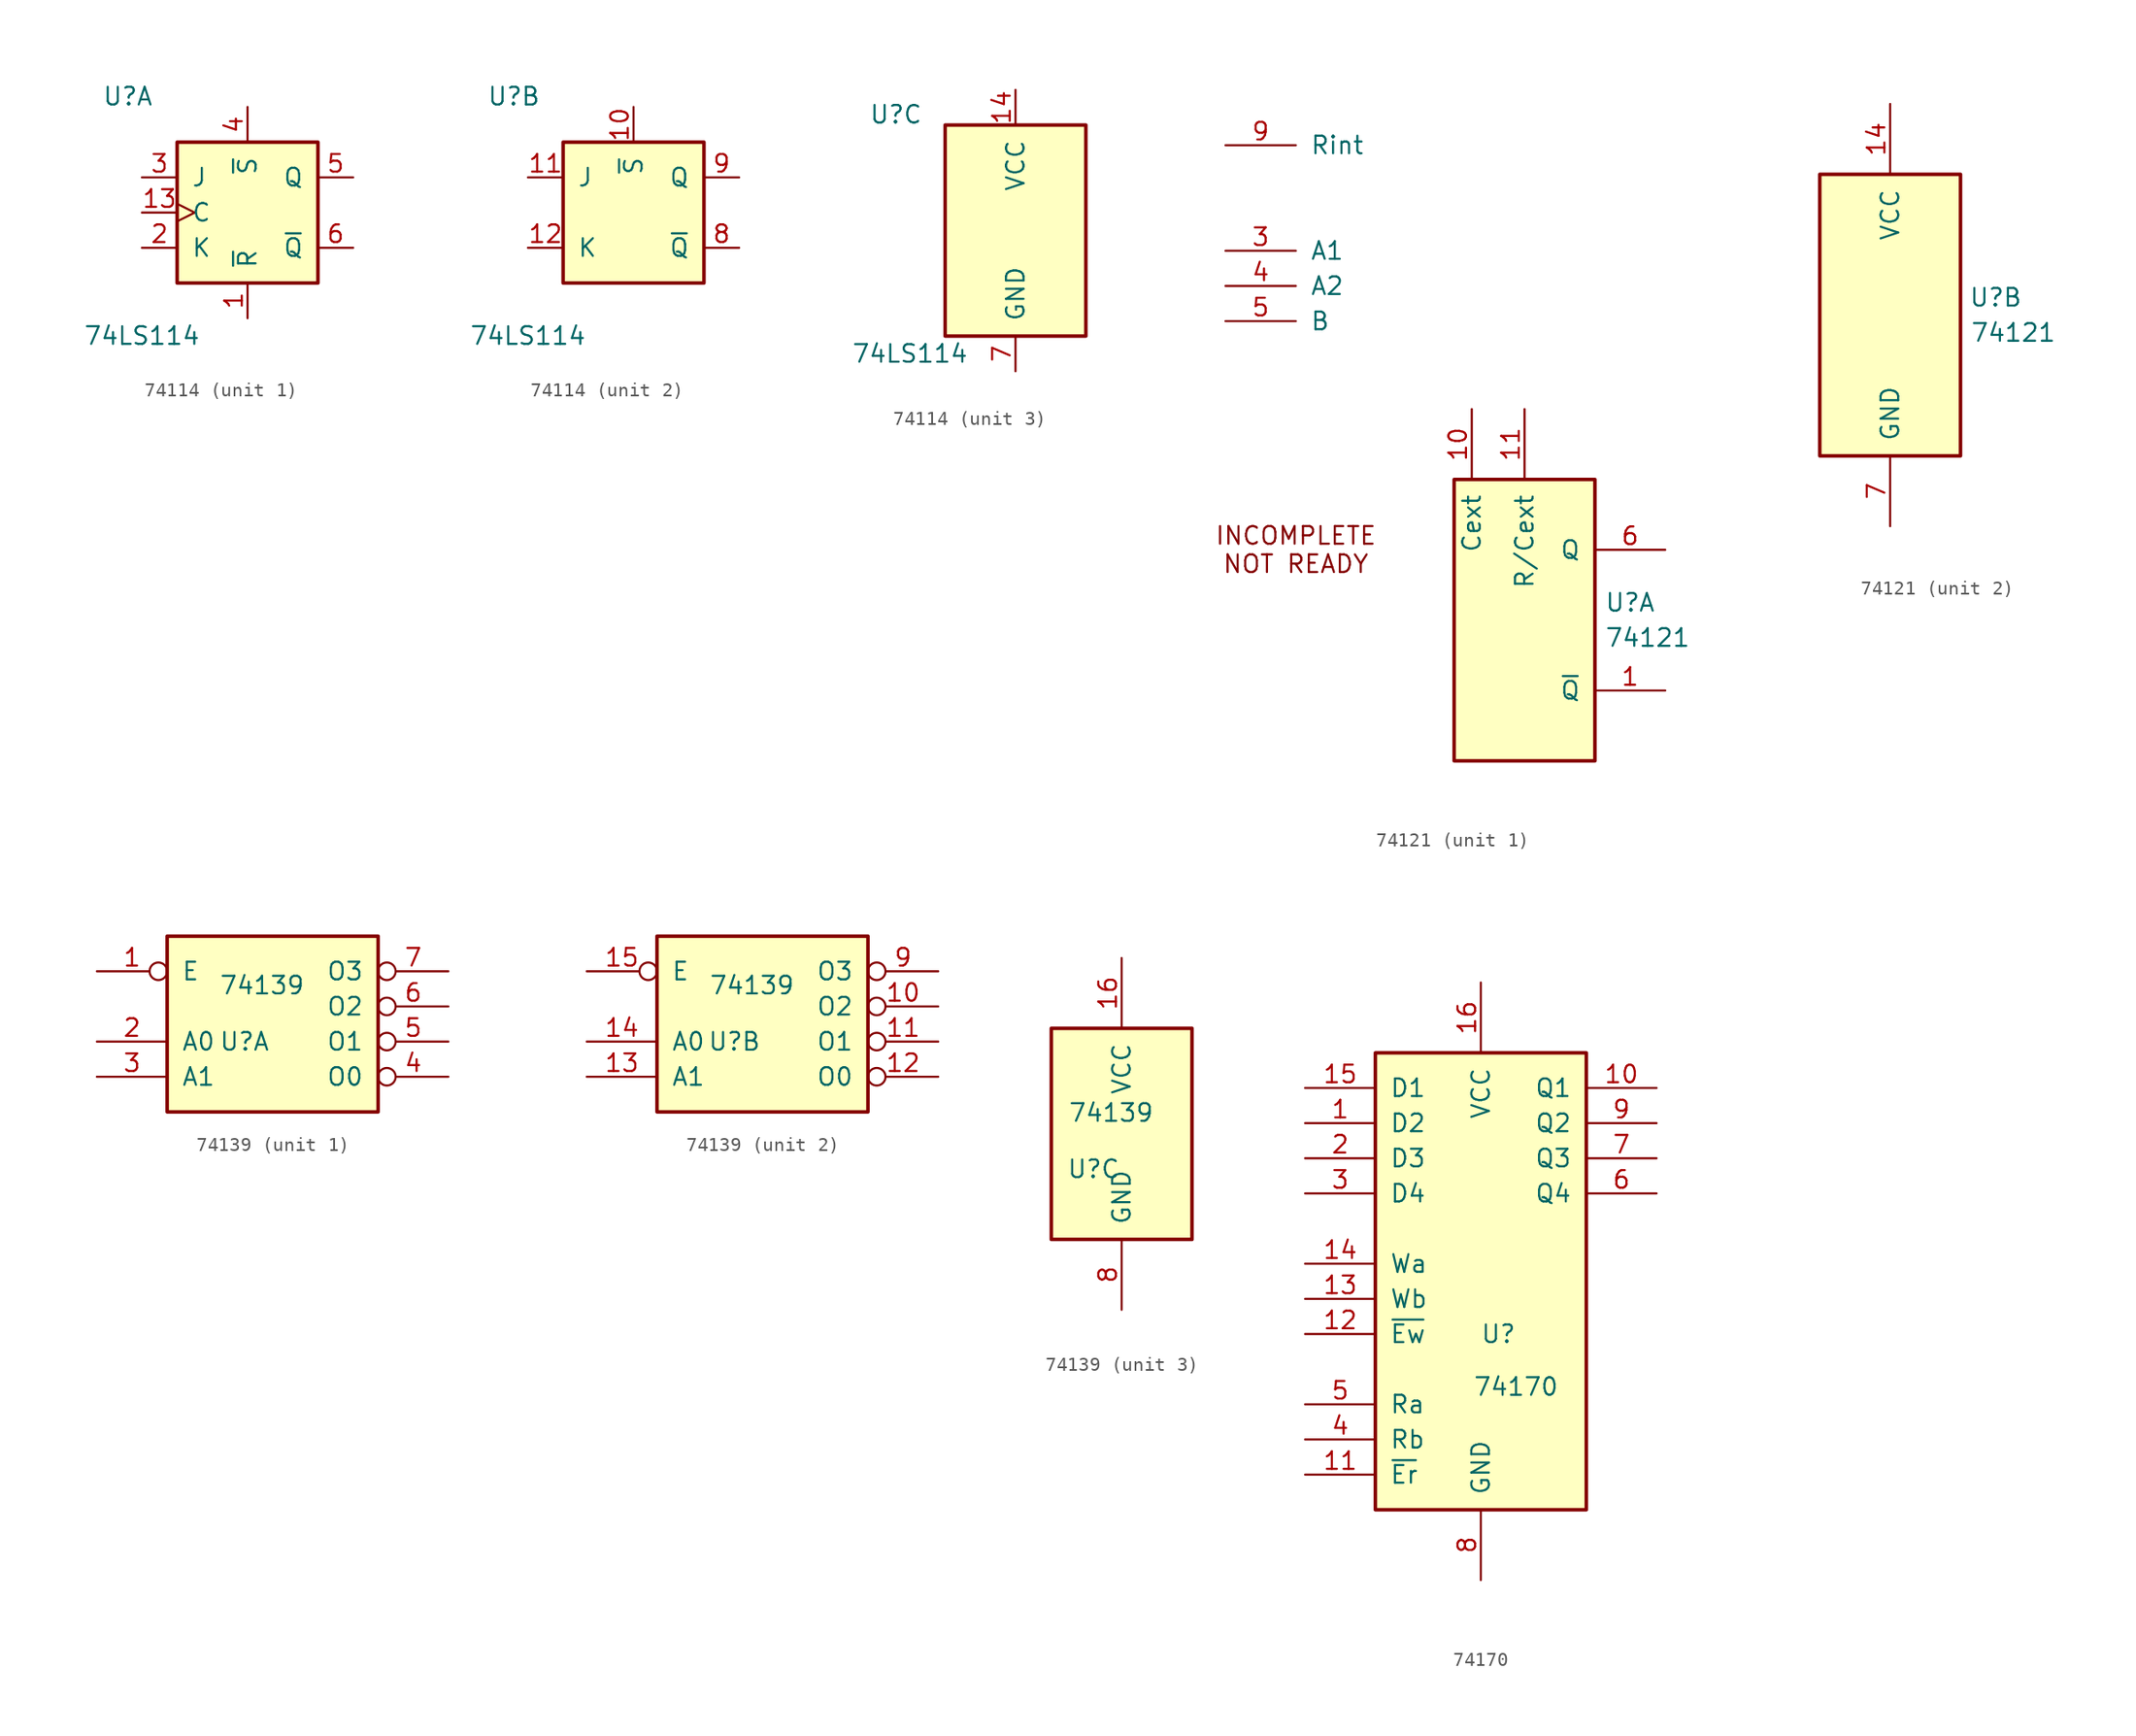
<source format=kicad_sym>
(kicad_symbol_lib
  (version 20220914)
  (generator kicad_symbol_editor)
  (symbol "74114"
    (pin_names
      (offset 1.016))
    (property "Reference" "U"
      (at -8.636 8.382 0)
      (effects (font (size 1.27 1.27))))
    (property "Value" "74LS114"
      (at -7.62 -8.89 0)
      (effects (font (size 1.27 1.27))))
    (property "ki_locked" ""
      (at 0 0 0)
      (effects (font (size 1.27 1.27))))
    (symbol "74114_1_0"
      (pin input line (at 0 -7.62 90) (length 2.54) (name "~{R}" (effects (font (size 1.27 1.27)))) (number "1" (effects (font (size 1.27 1.27)))))
      (pin input clock (at -7.62 0 0) (length 2.54) (name "C" (effects (font (size 1.27 1.27)))) (number "13" (effects (font (size 1.27 1.27)))))
      (pin input line (at -7.62 -2.54 0) (length 2.54) (name "K" (effects (font (size 1.27 1.27)))) (number "2" (effects (font (size 1.27 1.27)))))
      (pin input line (at -7.62 2.54 0) (length 2.54) (name "J" (effects (font (size 1.27 1.27)))) (number "3" (effects (font (size 1.27 1.27)))))
      (pin input line (at 0 7.62 270) (length 2.54) (name "~{S}" (effects (font (size 1.27 1.27)))) (number "4" (effects (font (size 1.27 1.27)))))
      (pin output line (at 7.62 2.54 180) (length 2.54) (name "Q" (effects (font (size 1.27 1.27)))) (number "5" (effects (font (size 1.27 1.27)))))
      (pin output line (at 7.62 -2.54 180) (length 2.54) (name "~{Q}" (effects (font (size 1.27 1.27)))) (number "6" (effects (font (size 1.27 1.27))))))
    (symbol "74114_1_1"
      (rectangle (start -5.08 5.08) (end 5.08 -5.08) (stroke (width 0.254) (type default)) (fill (type background))))
    (symbol "74114_2_0"
      (pin input line (at 0 7.62 270) (length 2.54) (name "~{S}" (effects (font (size 1.27 1.27)))) (number "10" (effects (font (size 1.27 1.27)))))
      (pin input line (at -7.62 2.54 0) (length 2.54) (name "J" (effects (font (size 1.27 1.27)))) (number "11" (effects (font (size 1.27 1.27)))))
      (pin input line (at -7.62 -2.54 0) (length 2.54) (name "K" (effects (font (size 1.27 1.27)))) (number "12" (effects (font (size 1.27 1.27)))))
      (pin output line (at 7.62 -2.54 180) (length 2.54) (name "~{Q}" (effects (font (size 1.27 1.27)))) (number "8" (effects (font (size 1.27 1.27)))))
      (pin output line (at 7.62 2.54 180) (length 2.54) (name "Q" (effects (font (size 1.27 1.27)))) (number "9" (effects (font (size 1.27 1.27))))))
    (symbol "74114_2_1"
      (rectangle (start -5.08 5.08) (end 5.08 -5.08) (stroke (width 0.254) (type default)) (fill (type background))))
    (symbol "74114_3_0"
      (pin power_in line (at 0 10.16 270) (length 2.54) (name "VCC" (effects (font (size 1.27 1.27)))) (number "14" (effects (font (size 1.27 1.27)))))
      (pin power_in line (at 0 -10.16 90) (length 2.54) (name "GND" (effects (font (size 1.27 1.27)))) (number "7" (effects (font (size 1.27 1.27))))))
    (symbol "74114_3_1"
      (rectangle (start -5.08 7.62) (end 5.08 -7.62) (stroke (width 0.254) (type default)) (fill (type background)))))
  (symbol "74121"
    (pin_names
      (offset 1.016))
    (property "Reference" "U"
      (at 7.62 1.27 0)
      (effects (font (size 1.27 1.27))))
    (property "Value" "74121"
      (at 8.89 -1.27 0)
      (effects (font (size 1.27 1.27))))
    (property "ki_locked" ""
      (at 0 0 0)
      (effects (font (size 1.27 1.27))))
    (symbol "74121_1_1"
      (rectangle (start -5.08 10.16) (end 5.08 -10.16) (stroke (width 0.254) (type default)) (fill (type background)))
      (text "INCOMPLETE\nNOT READY" (at -16.51 5.08 0) (effects (font (size 1.27 1.27))))
      (pin output line (at 10.16 -5.08 180) (length 5.08) (name "~{Q}" (effects (font (size 1.27 1.27)))) (number "1" (effects (font (size 1.27 1.27)))))
      (pin input line (at -3.81 15.24 270) (length 5.08) (name "Cext" (effects (font (size 1.27 1.27)))) (number "10" (effects (font (size 1.27 1.27)))))
      (pin input line (at 0 15.24 270) (length 5.08) (name "R/Cext" (effects (font (size 1.27 1.27)))) (number "11" (effects (font (size 1.27 1.27)))))
      (pin input line (at -21.59 26.67 0) (length 5.08) (name "A1" (effects (font (size 1.27 1.27)))) (number "3" (effects (font (size 1.27 1.27)))))
      (pin input line (at -21.59 24.13 0) (length 5.08) (name "A2" (effects (font (size 1.27 1.27)))) (number "4" (effects (font (size 1.27 1.27)))))
      (pin input line (at -21.59 21.59 0) (length 5.08) (name "B" (effects (font (size 1.27 1.27)))) (number "5" (effects (font (size 1.27 1.27)))))
      (pin output line (at 10.16 5.08 180) (length 5.08) (name "Q" (effects (font (size 1.27 1.27)))) (number "6" (effects (font (size 1.27 1.27)))))
      (pin input line (at -21.59 34.29 0) (length 5.08) (name "Rint" (effects (font (size 1.27 1.27)))) (number "9" (effects (font (size 1.27 1.27))))))
    (symbol "74121_2_1"
      (rectangle (start -5.08 10.16) (end 5.08 -10.16) (stroke (width 0.254) (type default)) (fill (type background)))
      (pin power_in line (at 0 15.24 270) (length 5.08) (name "VCC" (effects (font (size 1.27 1.27)))) (number "14" (effects (font (size 1.27 1.27)))))
      (pin power_in line (at 0 -15.24 90) (length 5.08) (name "GND" (effects (font (size 1.27 1.27)))) (number "7" (effects (font (size 1.27 1.27)))))))
  (symbol "74139"
    (pin_names
      (offset 1.016))
    (property "Reference" "U"
      (at -2.032 -2.54 0)
      (effects (font (size 1.27 1.27))))
    (property "Value" "74139"
      (at -0.762 1.524 0)
      (effects (font (size 1.27 1.27))))
    (property "ki_locked" ""
      (at 0 0 0)
      (effects (font (size 1.27 1.27))))
    (symbol "74139_1_0"
      (pin input inverted (at -12.7 2.54 0) (length 5.08) (name "E" (effects (font (size 1.27 1.27)))) (number "1" (effects (font (size 1.27 1.27)))))
      (pin input line (at -12.7 -2.54 0) (length 5.08) (name "A0" (effects (font (size 1.27 1.27)))) (number "2" (effects (font (size 1.27 1.27)))))
      (pin input line (at -12.7 -5.08 0) (length 5.08) (name "A1" (effects (font (size 1.27 1.27)))) (number "3" (effects (font (size 1.27 1.27)))))
      (pin output inverted (at 12.7 -5.08 180) (length 5.08) (name "O0" (effects (font (size 1.27 1.27)))) (number "4" (effects (font (size 1.27 1.27)))))
      (pin output inverted (at 12.7 -2.54 180) (length 5.08) (name "O1" (effects (font (size 1.27 1.27)))) (number "5" (effects (font (size 1.27 1.27)))))
      (pin output inverted (at 12.7 0 180) (length 5.08) (name "O2" (effects (font (size 1.27 1.27)))) (number "6" (effects (font (size 1.27 1.27)))))
      (pin output inverted (at 12.7 2.54 180) (length 5.08) (name "O3" (effects (font (size 1.27 1.27)))) (number "7" (effects (font (size 1.27 1.27))))))
    (symbol "74139_1_1"
      (rectangle (start 7.62 5.08) (end -7.62 -7.62) (stroke (width 0.254) (type default)) (fill (type background))))
    (symbol "74139_2_0"
      (pin output inverted (at 12.7 0 180) (length 5.08) (name "O2" (effects (font (size 1.27 1.27)))) (number "10" (effects (font (size 1.27 1.27)))))
      (pin output inverted (at 12.7 -2.54 180) (length 5.08) (name "O1" (effects (font (size 1.27 1.27)))) (number "11" (effects (font (size 1.27 1.27)))))
      (pin output inverted (at 12.7 -5.08 180) (length 5.08) (name "O0" (effects (font (size 1.27 1.27)))) (number "12" (effects (font (size 1.27 1.27)))))
      (pin input line (at -12.7 -5.08 0) (length 5.08) (name "A1" (effects (font (size 1.27 1.27)))) (number "13" (effects (font (size 1.27 1.27)))))
      (pin input line (at -12.7 -2.54 0) (length 5.08) (name "A0" (effects (font (size 1.27 1.27)))) (number "14" (effects (font (size 1.27 1.27)))))
      (pin input inverted (at -12.7 2.54 0) (length 5.08) (name "E" (effects (font (size 1.27 1.27)))) (number "15" (effects (font (size 1.27 1.27)))))
      (pin output inverted (at 12.7 2.54 180) (length 5.08) (name "O3" (effects (font (size 1.27 1.27)))) (number "9" (effects (font (size 1.27 1.27))))))
    (symbol "74139_2_1"
      (rectangle (start 7.62 5.08) (end -7.62 -7.62) (stroke (width 0.254) (type default)) (fill (type background))))
    (symbol "74139_3_0"
      (pin power_in line (at 0 12.7 270) (length 5.08) (name "VCC" (effects (font (size 1.27 1.27)))) (number "16" (effects (font (size 1.27 1.27)))))
      (pin power_in line (at 0 -12.7 90) (length 5.08) (name "GND" (effects (font (size 1.27 1.27)))) (number "8" (effects (font (size 1.27 1.27))))))
    (symbol "74139_3_1"
      (rectangle (start -5.08 7.62) (end 5.08 -7.62) (stroke (width 0.254) (type default)) (fill (type background)))))
  (symbol "74170"
    (pin_names
      (offset 1.016))
    (property "Reference" "U"
      (at 1.27 -5.08 0)
      (effects (font (size 1.27 1.27))))
    (property "Value" "74170"
      (at 2.54 -8.89 0)
      (effects (font (size 1.27 1.27))))
    (symbol "74170_1_0"
      (pin input line (at -12.7 10.16 0) (length 5.08) (name "D2" (effects (font (size 1.27 1.27)))) (number "1" (effects (font (size 1.27 1.27)))))
      (pin tri_state line (at 12.7 12.7 180) (length 5.08) (name "Q1" (effects (font (size 1.27 1.27)))) (number "10" (effects (font (size 1.27 1.27)))))
      (pin input line (at -12.7 -15.24 0) (length 5.08) (name "~{Er}" (effects (font (size 1.27 1.27)))) (number "11" (effects (font (size 1.27 1.27)))))
      (pin input line (at -12.7 -5.08 0) (length 5.08) (name "~{Ew}" (effects (font (size 1.27 1.27)))) (number "12" (effects (font (size 1.27 1.27)))))
      (pin input line (at -12.7 -2.54 0) (length 5.08) (name "Wb" (effects (font (size 1.27 1.27)))) (number "13" (effects (font (size 1.27 1.27)))))
      (pin input line (at -12.7 0 0) (length 5.08) (name "Wa" (effects (font (size 1.27 1.27)))) (number "14" (effects (font (size 1.27 1.27)))))
      (pin input line (at -12.7 12.7 0) (length 5.08) (name "D1" (effects (font (size 1.27 1.27)))) (number "15" (effects (font (size 1.27 1.27)))))
      (pin power_in line (at 0 20.32 270) (length 5.08) (name "VCC" (effects (font (size 1.27 1.27)))) (number "16" (effects (font (size 1.27 1.27)))))
      (pin input line (at -12.7 7.62 0) (length 5.08) (name "D3" (effects (font (size 1.27 1.27)))) (number "2" (effects (font (size 1.27 1.27)))))
      (pin input line (at -12.7 5.08 0) (length 5.08) (name "D4" (effects (font (size 1.27 1.27)))) (number "3" (effects (font (size 1.27 1.27)))))
      (pin input line (at -12.7 -12.7 0) (length 5.08) (name "Rb" (effects (font (size 1.27 1.27)))) (number "4" (effects (font (size 1.27 1.27)))))
      (pin input line (at -12.7 -10.16 0) (length 5.08) (name "Ra" (effects (font (size 1.27 1.27)))) (number "5" (effects (font (size 1.27 1.27)))))
      (pin tri_state line (at 12.7 5.08 180) (length 5.08) (name "Q4" (effects (font (size 1.27 1.27)))) (number "6" (effects (font (size 1.27 1.27)))))
      (pin tri_state line (at 12.7 7.62 180) (length 5.08) (name "Q3" (effects (font (size 1.27 1.27)))) (number "7" (effects (font (size 1.27 1.27)))))
      (pin power_in line (at 0 -22.86 90) (length 5.08) (name "GND" (effects (font (size 1.27 1.27)))) (number "8" (effects (font (size 1.27 1.27)))))
      (pin tri_state line (at 12.7 10.16 180) (length 5.08) (name "Q2" (effects (font (size 1.27 1.27)))) (number "9" (effects (font (size 1.27 1.27))))))
    (symbol "74170_1_1"
      (rectangle (start -7.62 15.24) (end 7.62 -17.78) (stroke (width 0.254) (type default)) (fill (type background))))))
</source>
